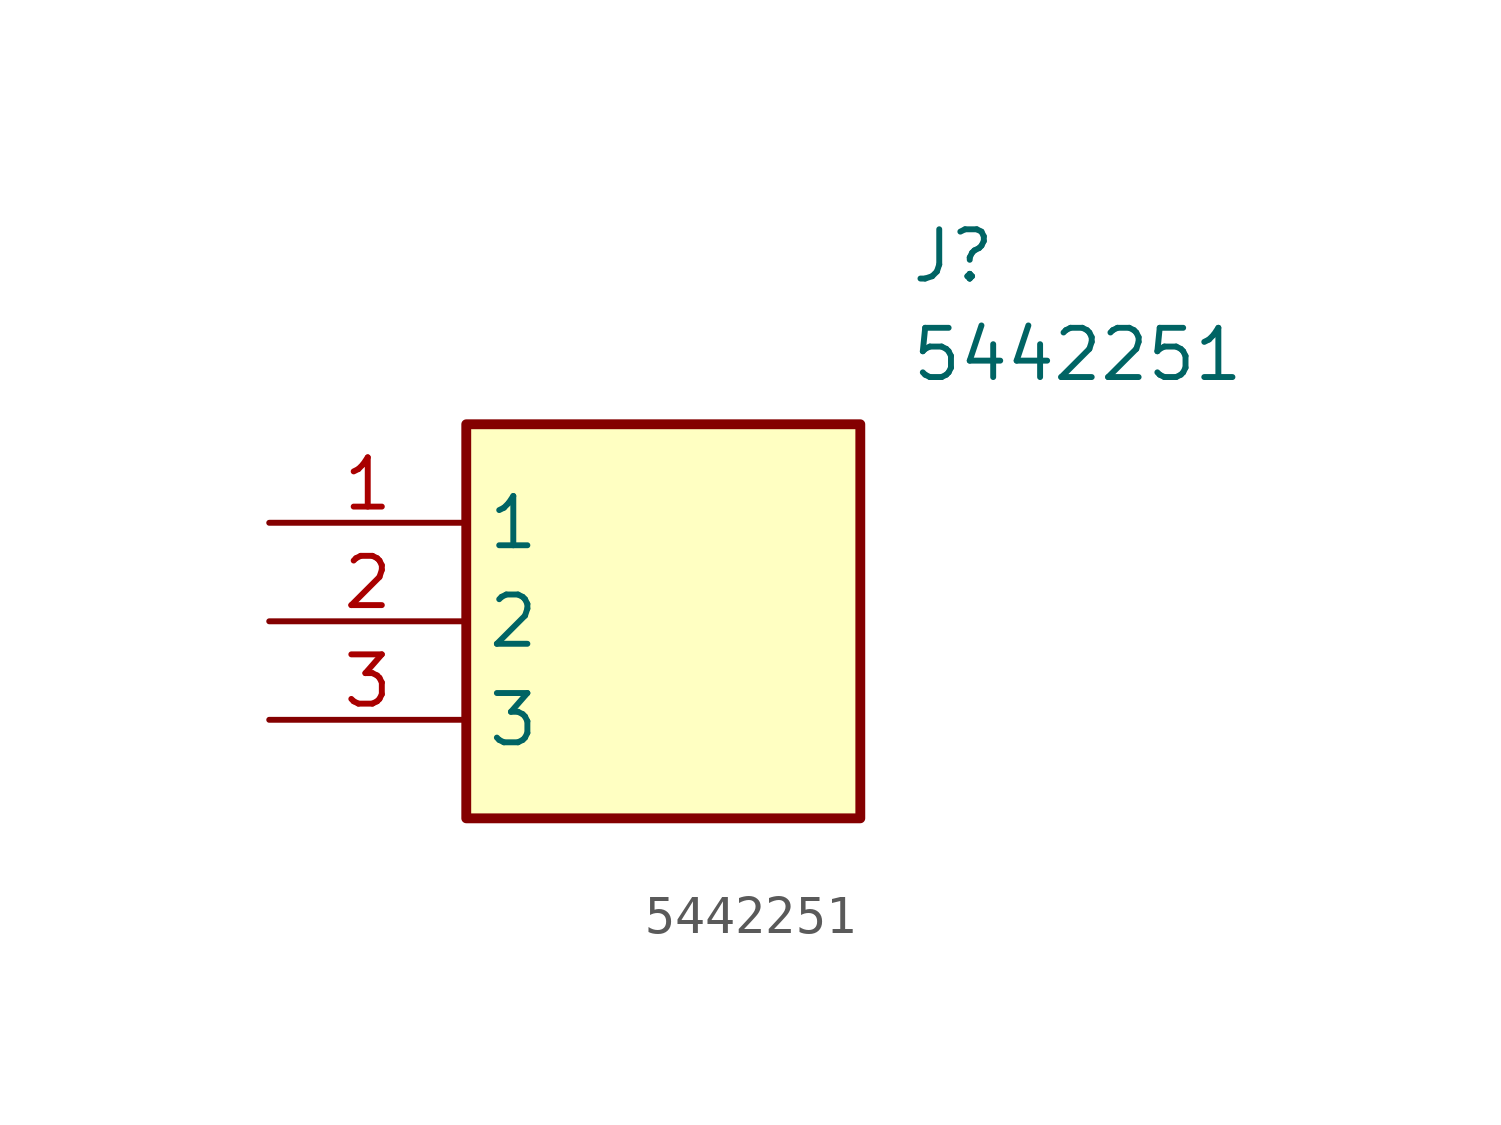
<source format=kicad_sym>
(kicad_symbol_lib
  (version 20211014)
  (generator SamacSys_ECAD_Model)
  (symbol "5442251"
    (property "Reference" "J"
      (at 16.51 7.62 0)
      (effects (font (size 1.27 1.27)) (justify left top)))
    (property "Value" "5442251"
      (at 16.51 5.08 0)
      (effects (font (size 1.27 1.27)) (justify left top)))
    (rectangle
      (start 5.08 2.54)
      (end 15.24 -7.62)
      (stroke (width 0.254) (type default))
      (fill (type background)))
    (pin passive line
      (at 0 0 0)
      (length 5.08)
      (name "1" (effects (font (size 1.27 1.27))))
      (number "1" (effects (font (size 1.27 1.27)))))
    (pin passive line
      (at 0 -2.54 0)
      (length 5.08)
      (name "2" (effects (font (size 1.27 1.27))))
      (number "2" (effects (font (size 1.27 1.27)))))
    (pin passive line
      (at 0 -5.08 0)
      (length 5.08)
      (name "3" (effects (font (size 1.27 1.27))))
      (number "3" (effects (font (size 1.27 1.27)))))))
</source>
